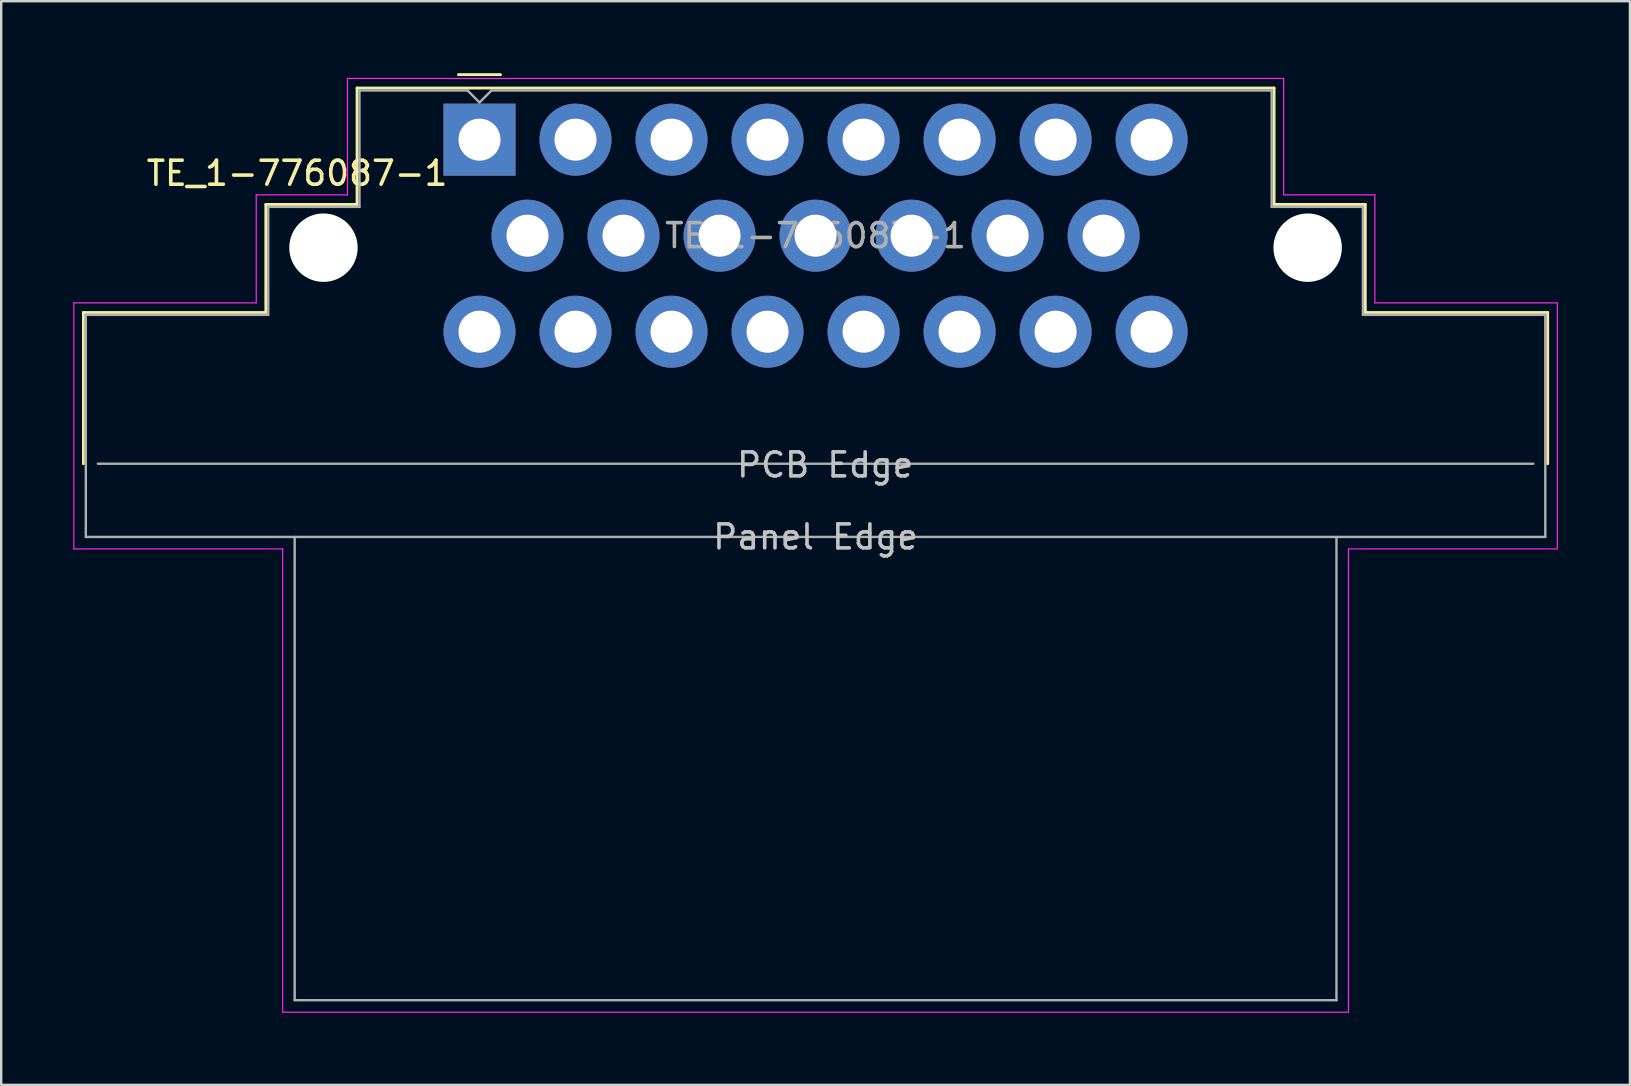
<source format=kicad_pcb>
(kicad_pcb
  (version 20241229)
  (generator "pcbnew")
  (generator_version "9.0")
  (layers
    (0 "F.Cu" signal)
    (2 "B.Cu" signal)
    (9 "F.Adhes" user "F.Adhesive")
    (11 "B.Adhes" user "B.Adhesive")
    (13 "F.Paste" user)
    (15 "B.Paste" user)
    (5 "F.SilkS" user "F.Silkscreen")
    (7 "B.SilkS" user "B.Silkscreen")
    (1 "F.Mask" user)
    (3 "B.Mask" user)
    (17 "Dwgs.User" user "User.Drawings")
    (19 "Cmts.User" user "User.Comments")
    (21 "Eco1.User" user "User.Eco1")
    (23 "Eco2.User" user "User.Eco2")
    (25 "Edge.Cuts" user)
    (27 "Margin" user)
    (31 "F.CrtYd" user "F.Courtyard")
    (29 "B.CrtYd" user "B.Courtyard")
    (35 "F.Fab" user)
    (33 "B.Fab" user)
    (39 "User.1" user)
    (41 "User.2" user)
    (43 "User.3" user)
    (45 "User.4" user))
  (footprint "TE_1-776087-1"
    (layer "F.Cu")
    (at 16.925 2.768)
    (property "Reference" "TE_1-776087-1" (at -7.6 1.4 180) (layer "F.SilkS") (effects (font (size 1 1) (thickness 0.15))))
    (attr through_hole)
    (fp_line (start -16.5 7.2) (end -8.9 7.2) (stroke (width 0.12) (type solid)) (layer "F.SilkS"))
    (fp_line (start -16.5 13.5) (end -16.5 7.2) (stroke (width 0.12) (type solid)) (layer "F.SilkS"))
    (fp_line (start -8.9 2.7) (end -5.1 2.7) (stroke (width 0.12) (type solid)) (layer "F.SilkS"))
    (fp_line (start -8.9 7.2) (end -8.9 2.7) (stroke (width 0.12) (type solid)) (layer "F.SilkS"))
    (fp_line (start -5.1 -2.15) (end 33.1 -2.15) (stroke (width 0.12) (type solid)) (layer "F.SilkS"))
    (fp_line (start -5.1 2.7) (end -5.1 -2.15) (stroke (width 0.12) (type solid)) (layer "F.SilkS"))
    (fp_line (start -0.875 -2.708) (end 0.875 -2.708) (stroke (width 0.12) (type solid)) (layer "F.SilkS"))
    (fp_line (start 33.1 -2.15) (end 33.1 2.7) (stroke (width 0.12) (type solid)) (layer "F.SilkS"))
    (fp_line (start 33.1 2.7) (end 36.9 2.7) (stroke (width 0.12) (type solid)) (layer "F.SilkS"))
    (fp_line (start 36.9 2.7) (end 36.9 7.2) (stroke (width 0.12) (type solid)) (layer "F.SilkS"))
    (fp_line (start 36.9 7.2) (end 44.5 7.2) (stroke (width 0.12) (type solid)) (layer "F.SilkS"))
    (fp_line (start 44.5 7.2) (end 44.5 13.5) (stroke (width 0.12) (type solid)) (layer "F.SilkS"))
    (fp_line (start -16.9 6.8) (end -9.3 6.8) (stroke (width 0.05) (type solid)) (layer "F.CrtYd"))
    (fp_line (start -16.9 17.05) (end -16.9 6.8) (stroke (width 0.05) (type solid)) (layer "F.CrtYd"))
    (fp_line (start -16.9 17.05) (end -8.2 17.05) (stroke (width 0.05) (type solid)) (layer "F.CrtYd"))
    (fp_line (start -9.3 2.3) (end -5.5 2.3) (stroke (width 0.05) (type solid)) (layer "F.CrtYd"))
    (fp_line (start -9.3 6.8) (end -9.3 2.3) (stroke (width 0.05) (type solid)) (layer "F.CrtYd"))
    (fp_line (start -8.2 17.05) (end -8.2 36.35) (stroke (width 0.05) (type solid)) (layer "F.CrtYd"))
    (fp_line (start -8.2 36.35) (end 36.2 36.35) (stroke (width 0.05) (type solid)) (layer "F.CrtYd"))
    (fp_line (start -5.5 -2.55) (end 33.5 -2.55) (stroke (width 0.05) (type solid)) (layer "F.CrtYd"))
    (fp_line (start -5.5 2.3) (end -5.5 -2.55) (stroke (width 0.05) (type solid)) (layer "F.CrtYd"))
    (fp_line (start 33.5 -2.55) (end 33.5 2.3) (stroke (width 0.05) (type solid)) (layer "F.CrtYd"))
    (fp_line (start 33.5 2.3) (end 37.3 2.3) (stroke (width 0.05) (type solid)) (layer "F.CrtYd"))
    (fp_line (start 36.2 17.05) (end 44.9 17.05) (stroke (width 0.05) (type solid)) (layer "F.CrtYd"))
    (fp_line (start 36.2 36.35) (end 36.2 17.05) (stroke (width 0.05) (type solid)) (layer "F.CrtYd"))
    (fp_line (start 37.3 2.3) (end 37.3 6.8) (stroke (width 0.05) (type solid)) (layer "F.CrtYd"))
    (fp_line (start 37.3 6.8) (end 44.9 6.8) (stroke (width 0.05) (type solid)) (layer "F.CrtYd"))
    (fp_line (start 44.9 6.8) (end 44.9 17.05) (stroke (width 0.05) (type solid)) (layer "F.CrtYd"))
    (fp_line (start -16.4 16.55) (end -16.4 7.3) (stroke (width 0.1) (type solid)) (layer "F.Fab"))
    (fp_line (start -16.4 16.55) (end 44.4 16.55) (stroke (width 0.1) (type solid)) (layer "F.Fab"))
    (fp_line (start -15.9 13.5) (end 43.9 13.5) (stroke (width 0.1) (type solid)) (layer "F.Fab"))
    (fp_line (start -8.8 2.8) (end -8.8 7.3) (stroke (width 0.1) (type solid)) (layer "F.Fab"))
    (fp_line (start -8.8 2.8) (end -5 2.8) (stroke (width 0.1) (type solid)) (layer "F.Fab"))
    (fp_line (start -8.8 7.3) (end -16.4 7.3) (stroke (width 0.1) (type solid)) (layer "F.Fab"))
    (fp_line (start -7.7 16.55) (end -7.7 35.85) (stroke (width 0.1) (type solid)) (layer "F.Fab"))
    (fp_line (start -7.7 35.85) (end 35.7 35.85) (stroke (width 0.1) (type solid)) (layer "F.Fab"))
    (fp_line (start -5 -2.05) (end -5 2.8) (stroke (width 0.1) (type solid)) (layer "F.Fab"))
    (fp_line (start -0.5 -2.05) (end -5 -2.05) (stroke (width 0.1) (type solid)) (layer "F.Fab"))
    (fp_line (start 0 -1.55) (end -0.5 -2.05) (stroke (width 0.1) (type solid)) (layer "F.Fab"))
    (fp_line (start 0 -1.55) (end 0.5 -2.05) (stroke (width 0.1) (type solid)) (layer "F.Fab"))
    (fp_line (start 0.5 -2.05) (end 33 -2.05) (stroke (width 0.1) (type solid)) (layer "F.Fab"))
    (fp_line (start 33 -2.05) (end 33 2.8) (stroke (width 0.1) (type solid)) (layer "F.Fab"))
    (fp_line (start 33 2.8) (end 36.8 2.8) (stroke (width 0.1) (type solid)) (layer "F.Fab"))
    (fp_line (start 35.7 35.85) (end 35.7 16.55) (stroke (width 0.1) (type solid)) (layer "F.Fab"))
    (fp_line (start 36.8 2.8) (end 36.8 7.3) (stroke (width 0.1) (type solid)) (layer "F.Fab"))
    (fp_line (start 36.8 7.3) (end 44.4 7.3) (stroke (width 0.1) (type solid)) (layer "F.Fab"))
    (fp_line (start 44.4 7.3) (end 44.4 16.55) (stroke (width 0.1) (type solid)) (layer "F.Fab"))
    (fp_text user "PCB Edge" (at 14.4 13.55 180) (layer "Dwgs.User") (effects (font (size 1 1) (thickness 0.15))))
    (fp_text user "Panel Edge" (at 14 16.55 180) (layer "Dwgs.User") (effects (font (size 1 1) (thickness 0.15))))
    (fp_text user "${REFERENCE}" (at 14 4 180) (layer "F.Fab") (effects (font (size 1 1) (thickness 0.15))))
    (pad "" np_thru_hole circle (at -6.5 4.5) (size 2.85 2.85) (drill 2.85) (layers "*.Cu"))
    (pad "" np_thru_hole circle (at 34.5 4.5) (size 2.85 2.85) (drill 2.85) (layers "*.Cu"))
    (pad "1" thru_hole rect (at 0 0) (size 3 3) (drill 1.75) (layers "*.Cu" "*.Mask"))
    (pad "2" thru_hole circle (at 4 0) (size 3 3) (drill 1.75) (layers "*.Cu" "*.Mask"))
    (pad "3" thru_hole circle (at 8 0) (size 3 3) (drill 1.75) (layers "*.Cu" "*.Mask"))
    (pad "4" thru_hole circle (at 12 0) (size 3 3) (drill 1.75) (layers "*.Cu" "*.Mask"))
    (pad "5" thru_hole circle (at 16 0) (size 3 3) (drill 1.75) (layers "*.Cu" "*.Mask"))
    (pad "6" thru_hole circle (at 20 0) (size 3 3) (drill 1.75) (layers "*.Cu" "*.Mask"))
    (pad "7" thru_hole circle (at 24 0) (size 3 3) (drill 1.75) (layers "*.Cu" "*.Mask"))
    (pad "8" thru_hole circle (at 28 0) (size 3 3) (drill 1.75) (layers "*.Cu" "*.Mask"))
    (pad "9" thru_hole circle (at 2 4) (size 3 3) (drill 1.75) (layers "*.Cu" "*.Mask"))
    (pad "10" thru_hole circle (at 6 4) (size 3 3) (drill 1.75) (layers "*.Cu" "*.Mask"))
    (pad "11" thru_hole circle (at 10 4) (size 3 3) (drill 1.75) (layers "*.Cu" "*.Mask"))
    (pad "12" thru_hole circle (at 14 4) (size 3 3) (drill 1.75) (layers "*.Cu" "*.Mask"))
    (pad "13" thru_hole circle (at 18 4) (size 3 3) (drill 1.75) (layers "*.Cu" "*.Mask"))
    (pad "14" thru_hole circle (at 22 4) (size 3 3) (drill 1.75) (layers "*.Cu" "*.Mask"))
    (pad "15" thru_hole circle (at 26 4) (size 3 3) (drill 1.75) (layers "*.Cu" "*.Mask"))
    (pad "16" thru_hole circle (at 0 8) (size 3 3) (drill 1.75) (layers "*.Cu" "*.Mask"))
    (pad "17" thru_hole circle (at 4 8) (size 3 3) (drill 1.75) (layers "*.Cu" "*.Mask"))
    (pad "18" thru_hole circle (at 8 8) (size 3 3) (drill 1.75) (layers "*.Cu" "*.Mask"))
    (pad "19" thru_hole circle (at 12 8) (size 3 3) (drill 1.75) (layers "*.Cu" "*.Mask"))
    (pad "20" thru_hole circle (at 16 8) (size 3 3) (drill 1.75) (layers "*.Cu" "*.Mask"))
    (pad "21" thru_hole circle (at 20 8) (size 3 3) (drill 1.75) (layers "*.Cu" "*.Mask"))
    (pad "22" thru_hole circle (at 24 8) (size 3 3) (drill 1.75) (layers "*.Cu" "*.Mask"))
    (pad "23" thru_hole circle (at 28 8) (size 3 3) (drill 1.75) (layers "*.Cu" "*.Mask")))
  (gr_rect
    (start -3 -3)
    (end 64.85 42.143)
    (stroke (width 0.1) (type default))
    (fill no)
    (layer "Edge.Cuts")))
</source>
